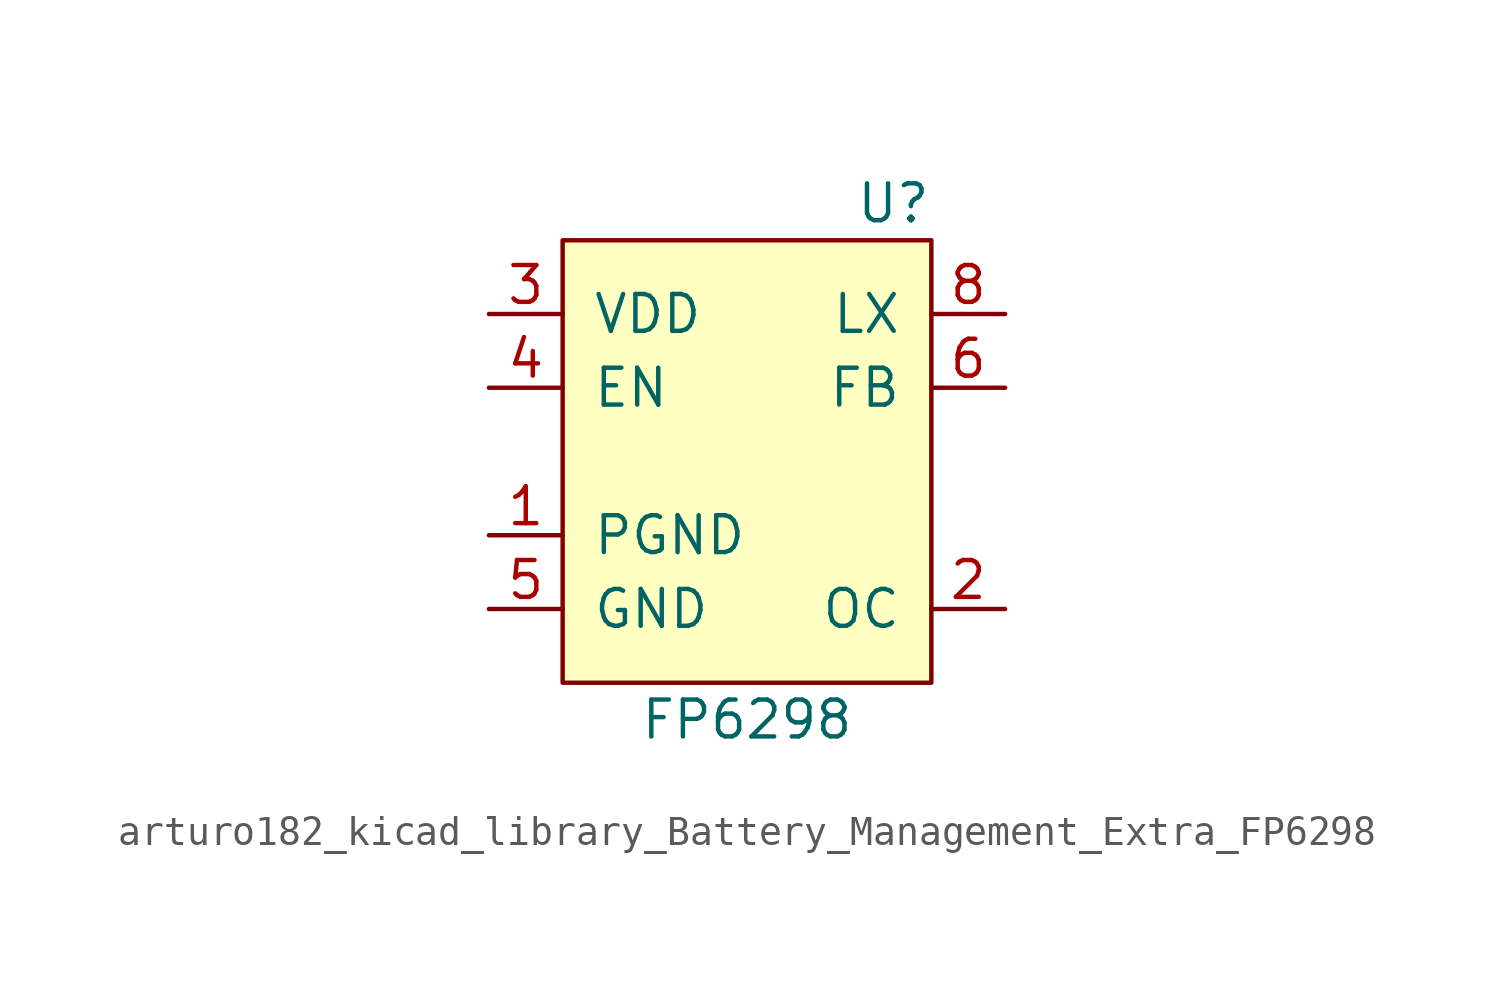
<source format=kicad_sym>
(kicad_symbol_lib
  (version 20220914)
  (generator kicad_symbol_editor)
  (symbol "arturo182_kicad_library_Battery_Management_Extra_FP6298"
    (pin_names
      (offset 1.016))
    (property "Reference" "U"
      (at 6.35 8.89 0)
      (effects (font (size 1.27 1.27)) (justify right)))
    (property "Value" "FP6298"
      (at 0 -8.89 0)
      (effects (font (size 1.27 1.27))))
    (symbol "arturo182_kicad_library_Battery_Management_Extra_FP6298_0_1"
      (rectangle (start -6.35 7.62) (end 6.35 -7.62) (stroke (width 0) (type default) (color 0 0 0 0)) (fill (type background))))
    (symbol "arturo182_kicad_library_Battery_Management_Extra_FP6298_1_1"
      (pin power_in line (at -8.89 -2.54 0) (length 2.54) (name "PGND" (effects (font (size 1.27 1.27)))) (number "1" (effects (font (size 1.27 1.27)))))
      (pin input line (at 8.89 -5.08 180) (length 2.54) (name "OC" (effects (font (size 1.27 1.27)))) (number "2" (effects (font (size 1.27 1.27)))))
      (pin power_in line (at -8.89 5.08 0) (length 2.54) (name "VDD" (effects (font (size 1.27 1.27)))) (number "3" (effects (font (size 1.27 1.27)))))
      (pin input line (at -8.89 2.54 0) (length 2.54) (name "EN" (effects (font (size 1.27 1.27)))) (number "4" (effects (font (size 1.27 1.27)))))
      (pin power_in line (at -8.89 -5.08 0) (length 2.54) (name "GND" (effects (font (size 1.27 1.27)))) (number "5" (effects (font (size 1.27 1.27)))))
      (pin input line (at 8.89 2.54 180) (length 2.54) (name "FB" (effects (font (size 1.27 1.27)))) (number "6" (effects (font (size 1.27 1.27)))))
      (pin output line (at 8.89 5.08 180) (length 2.54) (name "LX" (effects (font (size 1.27 1.27)))) (number "8" (effects (font (size 1.27 1.27)))))
      (pin passive line (at -8.89 -5.08 0) (length 2.54) hide (name "GND" (effects (font (size 1.27 1.27)))) (number "9" (effects (font (size 1.27 1.27))))))))
</source>
